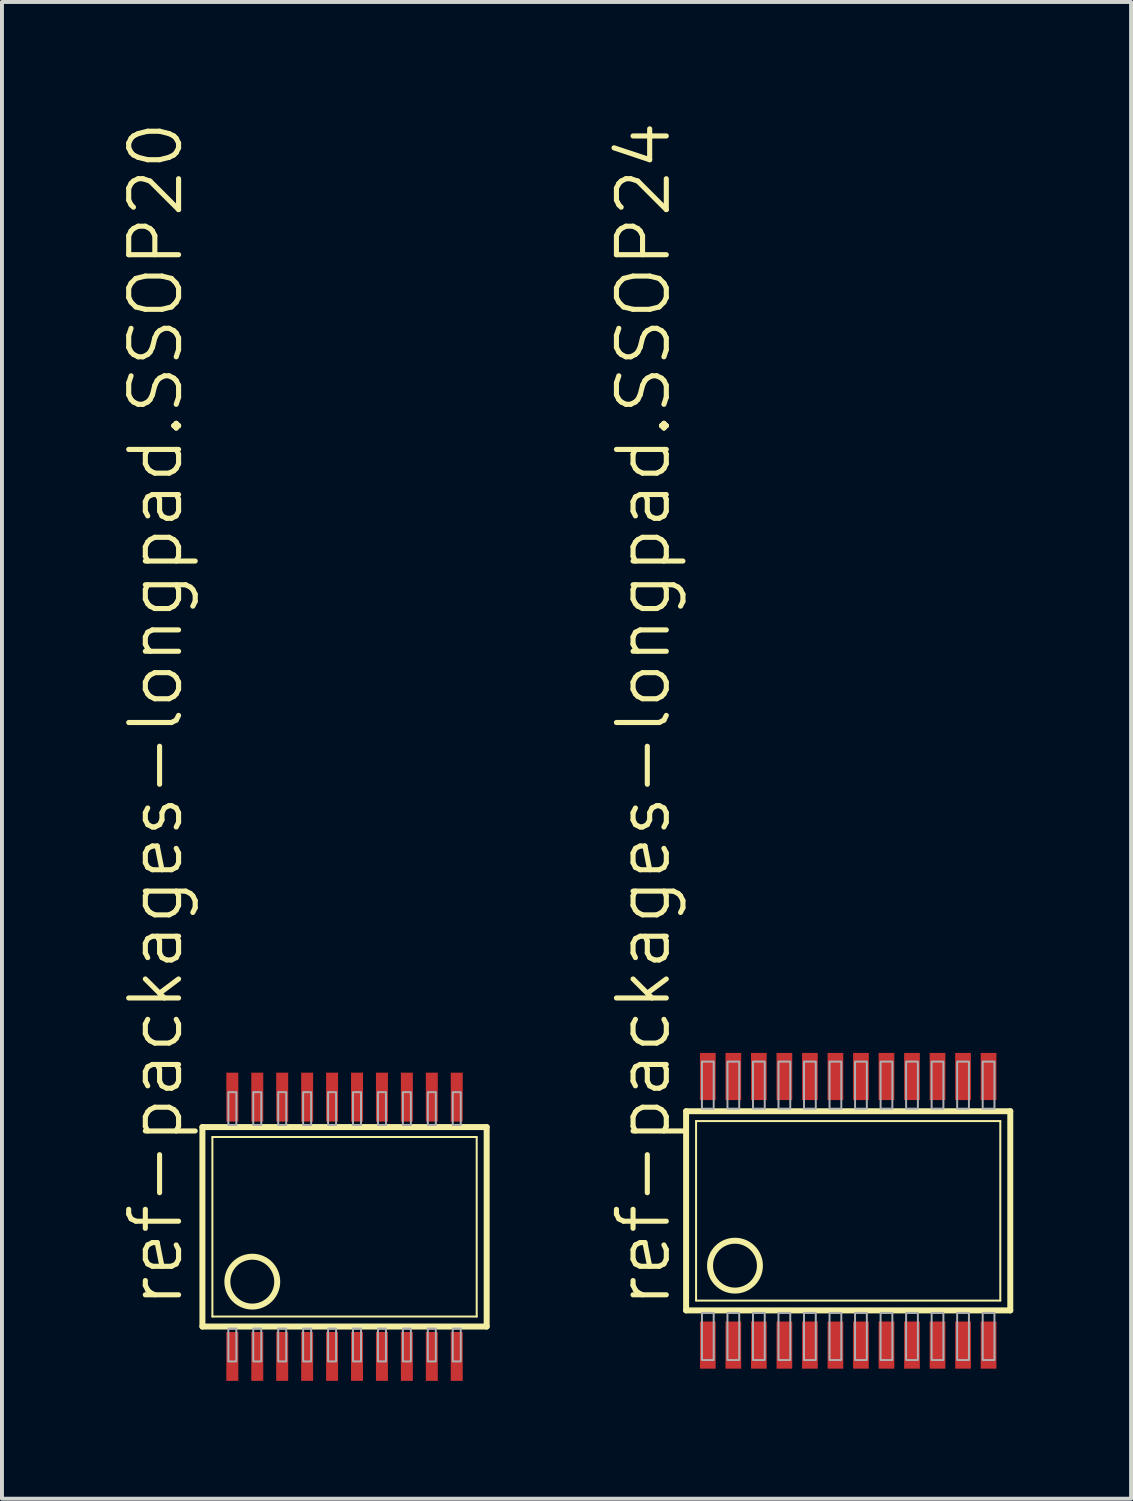
<source format=kicad_pcb>
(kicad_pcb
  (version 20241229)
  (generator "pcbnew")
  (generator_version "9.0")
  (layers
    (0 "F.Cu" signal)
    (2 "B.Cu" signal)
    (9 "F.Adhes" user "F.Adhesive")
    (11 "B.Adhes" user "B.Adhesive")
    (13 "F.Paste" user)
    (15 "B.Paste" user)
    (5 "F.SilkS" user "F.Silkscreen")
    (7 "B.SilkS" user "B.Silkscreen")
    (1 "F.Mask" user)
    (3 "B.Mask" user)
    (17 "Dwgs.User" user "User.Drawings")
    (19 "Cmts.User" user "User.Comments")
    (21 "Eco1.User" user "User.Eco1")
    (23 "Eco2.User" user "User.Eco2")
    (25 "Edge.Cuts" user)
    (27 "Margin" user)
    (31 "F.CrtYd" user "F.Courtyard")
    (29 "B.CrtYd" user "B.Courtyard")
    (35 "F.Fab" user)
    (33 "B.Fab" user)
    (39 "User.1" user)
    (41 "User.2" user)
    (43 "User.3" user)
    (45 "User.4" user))
  (footprint "ref-packages-longpad.SSOP24"
    (layer "F.Cu")
    (at 18.551 27.786)
    (property "Reference" "ref-packages-longpad.SSOP24" (at -4.47 2.527 90) (layer "F.SilkS") (effects (font (size 1.27 1.27) (thickness 0.13)) (justify left bottom)))
    (attr smd)
    (fp_line (start -4.128 2.536) (end -4.128 -2.536) (stroke (width 0.152) (type default)) (layer "F.SilkS"))
    (fp_line (start -4.128 2.536) (end 4.128 2.536) (stroke (width 0.152) (type default)) (layer "F.SilkS"))
    (fp_line (start -3.874 2.286) (end -3.874 -2.286) (stroke (width 0.051) (type default)) (layer "F.SilkS"))
    (fp_line (start -3.874 2.286) (end 3.874 2.286) (stroke (width 0.051) (type default)) (layer "F.SilkS"))
    (fp_line (start 3.874 -2.286) (end -3.874 -2.286) (stroke (width 0.051) (type default)) (layer "F.SilkS"))
    (fp_line (start 3.874 -2.286) (end 3.874 2.286) (stroke (width 0.051) (type default)) (layer "F.SilkS"))
    (fp_line (start 4.128 -2.536) (end -4.128 -2.536) (stroke (width 0.152) (type default)) (layer "F.SilkS"))
    (fp_line (start 4.128 2.536) (end 4.128 -2.536) (stroke (width 0.152) (type default)) (layer "F.SilkS"))
    (fp_circle (center -2.883 1.397) (end -2.248 1.397) (stroke (width 0.152) (type default)) (fill no) (layer "F.SilkS"))
    (fp_rect (start -3.725 -2.6) (end -3.425 -3.8) (stroke (width 0.05) (type default)) (fill no) (layer "F.Fab"))
    (fp_rect (start -3.725 3.8) (end -3.425 2.6) (stroke (width 0.05) (type default)) (fill no) (layer "F.Fab"))
    (fp_rect (start -3.075 -2.6) (end -2.775 -3.8) (stroke (width 0.05) (type default)) (fill no) (layer "F.Fab"))
    (fp_rect (start -3.075 3.8) (end -2.775 2.6) (stroke (width 0.05) (type default)) (fill no) (layer "F.Fab"))
    (fp_rect (start -2.425 -2.6) (end -2.125 -3.8) (stroke (width 0.05) (type default)) (fill no) (layer "F.Fab"))
    (fp_rect (start -2.425 3.8) (end -2.125 2.6) (stroke (width 0.05) (type default)) (fill no) (layer "F.Fab"))
    (fp_rect (start -1.775 -2.6) (end -1.475 -3.8) (stroke (width 0.05) (type default)) (fill no) (layer "F.Fab"))
    (fp_rect (start -1.775 3.8) (end -1.475 2.6) (stroke (width 0.05) (type default)) (fill no) (layer "F.Fab"))
    (fp_rect (start -1.125 -2.6) (end -0.825 -3.8) (stroke (width 0.05) (type default)) (fill no) (layer "F.Fab"))
    (fp_rect (start -1.125 3.8) (end -0.825 2.6) (stroke (width 0.05) (type default)) (fill no) (layer "F.Fab"))
    (fp_rect (start -0.475 -2.6) (end -0.175 -3.8) (stroke (width 0.05) (type default)) (fill no) (layer "F.Fab"))
    (fp_rect (start -0.475 3.8) (end -0.175 2.6) (stroke (width 0.05) (type default)) (fill no) (layer "F.Fab"))
    (fp_rect (start 0.175 -2.6) (end 0.475 -3.8) (stroke (width 0.05) (type default)) (fill no) (layer "F.Fab"))
    (fp_rect (start 0.175 3.8) (end 0.475 2.6) (stroke (width 0.05) (type default)) (fill no) (layer "F.Fab"))
    (fp_rect (start 0.825 -2.6) (end 1.125 -3.8) (stroke (width 0.05) (type default)) (fill no) (layer "F.Fab"))
    (fp_rect (start 0.825 3.8) (end 1.125 2.6) (stroke (width 0.05) (type default)) (fill no) (layer "F.Fab"))
    (fp_rect (start 1.475 -2.6) (end 1.775 -3.8) (stroke (width 0.05) (type default)) (fill no) (layer "F.Fab"))
    (fp_rect (start 1.475 3.8) (end 1.775 2.6) (stroke (width 0.05) (type default)) (fill no) (layer "F.Fab"))
    (fp_rect (start 2.125 -2.6) (end 2.425 -3.8) (stroke (width 0.05) (type default)) (fill no) (layer "F.Fab"))
    (fp_rect (start 2.125 3.8) (end 2.425 2.6) (stroke (width 0.05) (type default)) (fill no) (layer "F.Fab"))
    (fp_rect (start 2.775 -2.6) (end 3.075 -3.8) (stroke (width 0.05) (type default)) (fill no) (layer "F.Fab"))
    (fp_rect (start 2.775 3.8) (end 3.075 2.6) (stroke (width 0.05) (type default)) (fill no) (layer "F.Fab"))
    (fp_rect (start 3.425 -2.6) (end 3.725 -3.8) (stroke (width 0.05) (type default)) (fill no) (layer "F.Fab"))
    (fp_rect (start 3.425 3.8) (end 3.725 2.6) (stroke (width 0.05) (type default)) (fill no) (layer "F.Fab"))
    (pad "1" smd roundrect (at -3.575 3.42) (size 0.4 1.2) (layers "F.Cu" "F.Mask" "F.Paste") (roundrect_rratio 0.01))
    (pad "2" smd roundrect (at -2.925 3.42) (size 0.4 1.2) (layers "F.Cu" "F.Mask" "F.Paste") (roundrect_rratio 0.01))
    (pad "3" smd roundrect (at -2.275 3.42) (size 0.4 1.2) (layers "F.Cu" "F.Mask" "F.Paste") (roundrect_rratio 0.01))
    (pad "4" smd roundrect (at -1.625 3.42) (size 0.4 1.2) (layers "F.Cu" "F.Mask" "F.Paste") (roundrect_rratio 0.01))
    (pad "5" smd roundrect (at -0.975 3.42) (size 0.4 1.2) (layers "F.Cu" "F.Mask" "F.Paste") (roundrect_rratio 0.01))
    (pad "6" smd roundrect (at -0.325 3.42) (size 0.4 1.2) (layers "F.Cu" "F.Mask" "F.Paste") (roundrect_rratio 0.01))
    (pad "7" smd roundrect (at 0.325 3.42) (size 0.4 1.2) (layers "F.Cu" "F.Mask" "F.Paste") (roundrect_rratio 0.01))
    (pad "8" smd roundrect (at 0.975 3.42) (size 0.4 1.2) (layers "F.Cu" "F.Mask" "F.Paste") (roundrect_rratio 0.01))
    (pad "9" smd roundrect (at 1.625 3.42) (size 0.4 1.2) (layers "F.Cu" "F.Mask" "F.Paste") (roundrect_rratio 0.01))
    (pad "10" smd roundrect (at 2.275 3.42) (size 0.4 1.2) (layers "F.Cu" "F.Mask" "F.Paste") (roundrect_rratio 0.01))
    (pad "11" smd roundrect (at 2.925 3.42) (size 0.4 1.2) (layers "F.Cu" "F.Mask" "F.Paste") (roundrect_rratio 0.01))
    (pad "12" smd roundrect (at 3.575 3.42) (size 0.4 1.2) (layers "F.Cu" "F.Mask" "F.Paste") (roundrect_rratio 0.01))
    (pad "13" smd roundrect (at 3.575 -3.42) (size 0.4 1.2) (layers "F.Cu" "F.Mask" "F.Paste") (roundrect_rratio 0.01))
    (pad "14" smd roundrect (at 2.925 -3.42) (size 0.4 1.2) (layers "F.Cu" "F.Mask" "F.Paste") (roundrect_rratio 0.01))
    (pad "15" smd roundrect (at 2.275 -3.42) (size 0.4 1.2) (layers "F.Cu" "F.Mask" "F.Paste") (roundrect_rratio 0.01))
    (pad "16" smd roundrect (at 1.625 -3.42) (size 0.4 1.2) (layers "F.Cu" "F.Mask" "F.Paste") (roundrect_rratio 0.01))
    (pad "17" smd roundrect (at 0.975 -3.42) (size 0.4 1.2) (layers "F.Cu" "F.Mask" "F.Paste") (roundrect_rratio 0.01))
    (pad "18" smd roundrect (at 0.325 -3.42) (size 0.4 1.2) (layers "F.Cu" "F.Mask" "F.Paste") (roundrect_rratio 0.01))
    (pad "19" smd roundrect (at -0.325 -3.42) (size 0.4 1.2) (layers "F.Cu" "F.Mask" "F.Paste") (roundrect_rratio 0.01))
    (pad "20" smd roundrect (at -0.975 -3.42) (size 0.4 1.2) (layers "F.Cu" "F.Mask" "F.Paste") (roundrect_rratio 0.01))
    (pad "21" smd roundrect (at -1.625 -3.42) (size 0.4 1.2) (layers "F.Cu" "F.Mask" "F.Paste") (roundrect_rratio 0.01))
    (pad "22" smd roundrect (at -2.275 -3.42) (size 0.4 1.2) (layers "F.Cu" "F.Mask" "F.Paste") (roundrect_rratio 0.01))
    (pad "23" smd roundrect (at -2.925 -3.42) (size 0.4 1.2) (layers "F.Cu" "F.Mask" "F.Paste") (roundrect_rratio 0.01))
    (pad "24" smd roundrect (at -3.575 -3.42) (size 0.4 1.2) (layers "F.Cu" "F.Mask" "F.Paste") (roundrect_rratio 0.01)))
  (footprint "ref-packages-longpad.SSOP20"
    (layer "F.Cu")
    (at 5.724 28.193)
    (property "Reference" "ref-packages-longpad.SSOP20" (at -4.064 2.12 90) (layer "F.SilkS") (effects (font (size 1.27 1.27) (thickness 0.13)) (justify left bottom)))
    (attr smd)
    (fp_line (start -3.619 2.54) (end -3.619 -2.54) (stroke (width 0.152) (type default)) (layer "F.SilkS"))
    (fp_line (start -3.619 2.54) (end 3.62 2.54) (stroke (width 0.152) (type default)) (layer "F.SilkS"))
    (fp_line (start -3.365 2.286) (end -3.365 -2.286) (stroke (width 0.051) (type default)) (layer "F.SilkS"))
    (fp_line (start -3.365 2.286) (end 3.366 2.286) (stroke (width 0.051) (type default)) (layer "F.SilkS"))
    (fp_line (start 3.366 -2.286) (end -3.365 -2.286) (stroke (width 0.051) (type default)) (layer "F.SilkS"))
    (fp_line (start 3.366 -2.286) (end 3.366 2.286) (stroke (width 0.051) (type default)) (layer "F.SilkS"))
    (fp_line (start 3.62 -2.54) (end -3.619 -2.54) (stroke (width 0.152) (type default)) (layer "F.SilkS"))
    (fp_line (start 3.62 -2.54) (end 3.62 2.54) (stroke (width 0.152) (type default)) (layer "F.SilkS"))
    (fp_circle (center -2.349 1.397) (end -1.714 1.397) (stroke (width 0.152) (type default)) (fill no) (layer "F.SilkS"))
    (fp_rect (start -2.959 -2.591) (end -2.755 -3.429) (stroke (width 0.05) (type default)) (fill no) (layer "F.Fab"))
    (fp_rect (start -2.959 3.429) (end -2.755 2.591) (stroke (width 0.05) (type default)) (fill no) (layer "F.Fab"))
    (fp_rect (start -2.324 -2.591) (end -2.12 -3.429) (stroke (width 0.05) (type default)) (fill no) (layer "F.Fab"))
    (fp_rect (start -2.324 3.429) (end -2.12 2.591) (stroke (width 0.05) (type default)) (fill no) (layer "F.Fab"))
    (fp_rect (start -1.689 -2.591) (end -1.485 -3.429) (stroke (width 0.05) (type default)) (fill no) (layer "F.Fab"))
    (fp_rect (start -1.689 3.429) (end -1.485 2.591) (stroke (width 0.05) (type default)) (fill no) (layer "F.Fab"))
    (fp_rect (start -1.054 -2.591) (end -0.85 -3.429) (stroke (width 0.05) (type default)) (fill no) (layer "F.Fab"))
    (fp_rect (start -1.054 3.429) (end -0.85 2.591) (stroke (width 0.05) (type default)) (fill no) (layer "F.Fab"))
    (fp_rect (start -0.419 -2.591) (end -0.215 -3.429) (stroke (width 0.05) (type default)) (fill no) (layer "F.Fab"))
    (fp_rect (start -0.419 3.429) (end -0.215 2.591) (stroke (width 0.05) (type default)) (fill no) (layer "F.Fab"))
    (fp_rect (start 0.216 -2.591) (end 0.42 -3.429) (stroke (width 0.05) (type default)) (fill no) (layer "F.Fab"))
    (fp_rect (start 0.216 3.429) (end 0.42 2.591) (stroke (width 0.05) (type default)) (fill no) (layer "F.Fab"))
    (fp_rect (start 0.851 -2.591) (end 1.055 -3.429) (stroke (width 0.05) (type default)) (fill no) (layer "F.Fab"))
    (fp_rect (start 0.851 3.429) (end 1.055 2.591) (stroke (width 0.05) (type default)) (fill no) (layer "F.Fab"))
    (fp_rect (start 1.486 -2.591) (end 1.69 -3.429) (stroke (width 0.05) (type default)) (fill no) (layer "F.Fab"))
    (fp_rect (start 1.486 3.429) (end 1.69 2.591) (stroke (width 0.05) (type default)) (fill no) (layer "F.Fab"))
    (fp_rect (start 2.121 -2.591) (end 2.325 -3.429) (stroke (width 0.05) (type default)) (fill no) (layer "F.Fab"))
    (fp_rect (start 2.121 3.429) (end 2.325 2.591) (stroke (width 0.05) (type default)) (fill no) (layer "F.Fab"))
    (fp_rect (start 2.756 -2.591) (end 2.96 -3.429) (stroke (width 0.05) (type default)) (fill no) (layer "F.Fab"))
    (fp_rect (start 2.756 3.429) (end 2.96 2.591) (stroke (width 0.05) (type default)) (fill no) (layer "F.Fab"))
    (pad "1" smd roundrect (at -2.857 3.302) (size 0.305 1.245) (layers "F.Cu" "F.Mask" "F.Paste") (roundrect_rratio 0.01))
    (pad "2" smd roundrect (at -2.222 3.302) (size 0.305 1.245) (layers "F.Cu" "F.Mask" "F.Paste") (roundrect_rratio 0.01))
    (pad "3" smd roundrect (at -1.587 3.302) (size 0.305 1.245) (layers "F.Cu" "F.Mask" "F.Paste") (roundrect_rratio 0.01))
    (pad "4" smd roundrect (at -0.952 3.302) (size 0.305 1.245) (layers "F.Cu" "F.Mask" "F.Paste") (roundrect_rratio 0.01))
    (pad "5" smd roundrect (at -0.317 3.302) (size 0.305 1.245) (layers "F.Cu" "F.Mask" "F.Paste") (roundrect_rratio 0.01))
    (pad "6" smd roundrect (at 0.318 3.302) (size 0.305 1.245) (layers "F.Cu" "F.Mask" "F.Paste") (roundrect_rratio 0.01))
    (pad "7" smd roundrect (at 0.953 3.302) (size 0.305 1.245) (layers "F.Cu" "F.Mask" "F.Paste") (roundrect_rratio 0.01))
    (pad "8" smd roundrect (at 1.588 3.302) (size 0.305 1.245) (layers "F.Cu" "F.Mask" "F.Paste") (roundrect_rratio 0.01))
    (pad "9" smd roundrect (at 2.223 3.302) (size 0.305 1.245) (layers "F.Cu" "F.Mask" "F.Paste") (roundrect_rratio 0.01))
    (pad "10" smd roundrect (at 2.858 3.302) (size 0.305 1.245) (layers "F.Cu" "F.Mask" "F.Paste") (roundrect_rratio 0.01))
    (pad "11" smd roundrect (at 2.858 -3.302) (size 0.305 1.245) (layers "F.Cu" "F.Mask" "F.Paste") (roundrect_rratio 0.01))
    (pad "12" smd roundrect (at 2.223 -3.302) (size 0.305 1.245) (layers "F.Cu" "F.Mask" "F.Paste") (roundrect_rratio 0.01))
    (pad "13" smd roundrect (at 1.588 -3.302) (size 0.305 1.245) (layers "F.Cu" "F.Mask" "F.Paste") (roundrect_rratio 0.01))
    (pad "14" smd roundrect (at 0.953 -3.302) (size 0.305 1.245) (layers "F.Cu" "F.Mask" "F.Paste") (roundrect_rratio 0.01))
    (pad "15" smd roundrect (at 0.318 -3.302) (size 0.305 1.245) (layers "F.Cu" "F.Mask" "F.Paste") (roundrect_rratio 0.01))
    (pad "16" smd roundrect (at -0.317 -3.302) (size 0.305 1.245) (layers "F.Cu" "F.Mask" "F.Paste") (roundrect_rratio 0.01))
    (pad "17" smd roundrect (at -0.952 -3.302) (size 0.305 1.245) (layers "F.Cu" "F.Mask" "F.Paste") (roundrect_rratio 0.01))
    (pad "18" smd roundrect (at -1.587 -3.302) (size 0.305 1.245) (layers "F.Cu" "F.Mask" "F.Paste") (roundrect_rratio 0.01))
    (pad "19" smd roundrect (at -2.222 -3.302) (size 0.305 1.245) (layers "F.Cu" "F.Mask" "F.Paste") (roundrect_rratio 0.01))
    (pad "20" smd roundrect (at -2.857 -3.302) (size 0.305 1.245) (layers "F.Cu" "F.Mask" "F.Paste") (roundrect_rratio 0.01)))
  (gr_rect
    (start -3 -3)
    (end 25.755 35.118)
    (stroke (width 0.1) (type default))
    (fill no)
    (layer "Edge.Cuts")))
</source>
